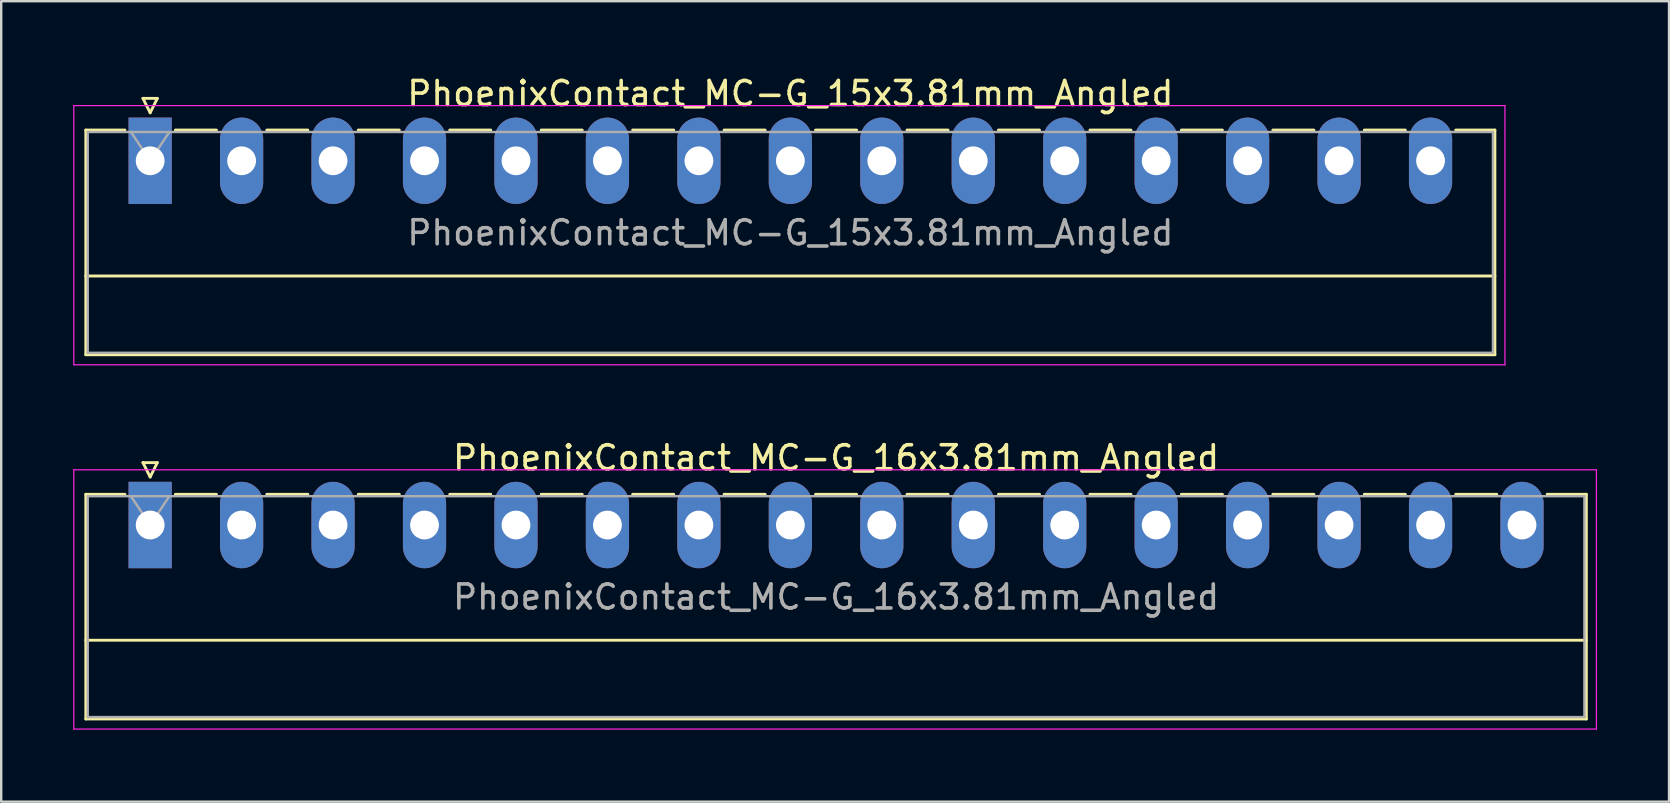
<source format=kicad_pcb>
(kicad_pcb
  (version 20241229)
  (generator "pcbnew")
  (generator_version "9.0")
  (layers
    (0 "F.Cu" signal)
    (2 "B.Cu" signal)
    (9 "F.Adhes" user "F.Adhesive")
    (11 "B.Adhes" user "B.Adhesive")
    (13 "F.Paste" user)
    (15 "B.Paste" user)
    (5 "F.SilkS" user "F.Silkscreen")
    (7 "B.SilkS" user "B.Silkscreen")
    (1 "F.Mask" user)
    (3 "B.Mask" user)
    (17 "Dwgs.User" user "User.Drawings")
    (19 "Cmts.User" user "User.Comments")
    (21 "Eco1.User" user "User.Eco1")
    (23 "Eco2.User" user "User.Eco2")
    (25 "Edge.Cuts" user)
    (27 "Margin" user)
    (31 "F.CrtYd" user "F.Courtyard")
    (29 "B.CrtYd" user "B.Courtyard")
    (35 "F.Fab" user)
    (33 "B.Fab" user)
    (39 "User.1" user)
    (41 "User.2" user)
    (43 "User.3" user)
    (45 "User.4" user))
  (footprint "PhoenixContact_MC-G_16x3.81mm_Angled"
    (layer "F.Cu")
    (at 3.205 18.822)
    (property "Reference" "PhoenixContact_MC-G_16x3.81mm_Angled" (at 28.575 -2.8 0) (layer "F.SilkS") (effects (font (size 1 1) (thickness 0.15))))
    (attr through_hole)
    (fp_line (start -2.68 -1.28) (end -2.68 8.08) (stroke (width 0.12) (type solid)) (layer "F.SilkS"))
    (fp_line (start -2.68 -1.28) (end -1.05 -1.28) (stroke (width 0.12) (type solid)) (layer "F.SilkS"))
    (fp_line (start -2.68 4.8) (end 59.83 4.8) (stroke (width 0.12) (type solid)) (layer "F.SilkS"))
    (fp_line (start -2.68 8.08) (end 59.83 8.08) (stroke (width 0.12) (type solid)) (layer "F.SilkS"))
    (fp_line (start -0.3 -2.6) (end 0.3 -2.6) (stroke (width 0.12) (type solid)) (layer "F.SilkS"))
    (fp_line (start 0 -2) (end -0.3 -2.6) (stroke (width 0.12) (type solid)) (layer "F.SilkS"))
    (fp_line (start 0.3 -2.6) (end 0 -2) (stroke (width 0.12) (type solid)) (layer "F.SilkS"))
    (fp_line (start 1.05 -1.28) (end 2.76 -1.28) (stroke (width 0.12) (type solid)) (layer "F.SilkS"))
    (fp_line (start 4.86 -1.28) (end 6.57 -1.28) (stroke (width 0.12) (type solid)) (layer "F.SilkS"))
    (fp_line (start 8.67 -1.28) (end 10.38 -1.28) (stroke (width 0.12) (type solid)) (layer "F.SilkS"))
    (fp_line (start 12.48 -1.28) (end 14.19 -1.28) (stroke (width 0.12) (type solid)) (layer "F.SilkS"))
    (fp_line (start 16.29 -1.28) (end 18 -1.28) (stroke (width 0.12) (type solid)) (layer "F.SilkS"))
    (fp_line (start 20.1 -1.28) (end 21.81 -1.28) (stroke (width 0.12) (type solid)) (layer "F.SilkS"))
    (fp_line (start 23.91 -1.28) (end 25.62 -1.28) (stroke (width 0.12) (type solid)) (layer "F.SilkS"))
    (fp_line (start 27.72 -1.28) (end 29.43 -1.28) (stroke (width 0.12) (type solid)) (layer "F.SilkS"))
    (fp_line (start 31.53 -1.28) (end 33.24 -1.28) (stroke (width 0.12) (type solid)) (layer "F.SilkS"))
    (fp_line (start 35.34 -1.28) (end 37.05 -1.28) (stroke (width 0.12) (type solid)) (layer "F.SilkS"))
    (fp_line (start 39.15 -1.28) (end 40.86 -1.28) (stroke (width 0.12) (type solid)) (layer "F.SilkS"))
    (fp_line (start 42.96 -1.28) (end 44.67 -1.28) (stroke (width 0.12) (type solid)) (layer "F.SilkS"))
    (fp_line (start 46.77 -1.28) (end 48.48 -1.28) (stroke (width 0.12) (type solid)) (layer "F.SilkS"))
    (fp_line (start 50.58 -1.28) (end 52.29 -1.28) (stroke (width 0.12) (type solid)) (layer "F.SilkS"))
    (fp_line (start 54.39 -1.28) (end 56.1 -1.28) (stroke (width 0.12) (type solid)) (layer "F.SilkS"))
    (fp_line (start 59.83 -1.28) (end 58.2 -1.28) (stroke (width 0.12) (type solid)) (layer "F.SilkS"))
    (fp_line (start 59.83 8.08) (end 59.83 -1.28) (stroke (width 0.12) (type solid)) (layer "F.SilkS"))
    (fp_line (start -3.18 -2.3) (end -3.18 8.5) (stroke (width 0.05) (type solid)) (layer "F.CrtYd"))
    (fp_line (start -3.18 8.5) (end 60.25 8.5) (stroke (width 0.05) (type solid)) (layer "F.CrtYd"))
    (fp_line (start 60.25 -2.3) (end -3.18 -2.3) (stroke (width 0.05) (type solid)) (layer "F.CrtYd"))
    (fp_line (start 60.25 8.5) (end 60.25 -2.3) (stroke (width 0.05) (type solid)) (layer "F.CrtYd"))
    (fp_line (start -2.6 -1.2) (end -2.6 8) (stroke (width 0.1) (type solid)) (layer "F.Fab"))
    (fp_line (start -2.6 8) (end 59.75 8) (stroke (width 0.1) (type solid)) (layer "F.Fab"))
    (fp_line (start 0 0) (end -0.8 -1.2) (stroke (width 0.1) (type solid)) (layer "F.Fab"))
    (fp_line (start 0.8 -1.2) (end 0 0) (stroke (width 0.1) (type solid)) (layer "F.Fab"))
    (fp_line (start 59.75 -1.2) (end -2.6 -1.2) (stroke (width 0.1) (type solid)) (layer "F.Fab"))
    (fp_line (start 59.75 8) (end 59.75 -1.2) (stroke (width 0.1) (type solid)) (layer "F.Fab"))
    (fp_text user "${REFERENCE}" (at 28.575 3 0) (layer "F.Fab") (effects (font (size 1 1) (thickness 0.15))))
    (pad "1" thru_hole rect (at 0 0) (size 1.8 3.6) (drill 1.2) (layers "*.Cu" "*.Mask"))
    (pad "2" thru_hole oval (at 3.81 0) (size 1.8 3.6) (drill 1.2) (layers "*.Cu" "*.Mask"))
    (pad "3" thru_hole oval (at 7.62 0) (size 1.8 3.6) (drill 1.2) (layers "*.Cu" "*.Mask"))
    (pad "4" thru_hole oval (at 11.43 0) (size 1.8 3.6) (drill 1.2) (layers "*.Cu" "*.Mask"))
    (pad "5" thru_hole oval (at 15.24 0) (size 1.8 3.6) (drill 1.2) (layers "*.Cu" "*.Mask"))
    (pad "6" thru_hole oval (at 19.05 0) (size 1.8 3.6) (drill 1.2) (layers "*.Cu" "*.Mask"))
    (pad "7" thru_hole oval (at 22.86 0) (size 1.8 3.6) (drill 1.2) (layers "*.Cu" "*.Mask"))
    (pad "8" thru_hole oval (at 26.67 0) (size 1.8 3.6) (drill 1.2) (layers "*.Cu" "*.Mask"))
    (pad "9" thru_hole oval (at 30.48 0) (size 1.8 3.6) (drill 1.2) (layers "*.Cu" "*.Mask"))
    (pad "10" thru_hole oval (at 34.29 0) (size 1.8 3.6) (drill 1.2) (layers "*.Cu" "*.Mask"))
    (pad "11" thru_hole oval (at 38.1 0) (size 1.8 3.6) (drill 1.2) (layers "*.Cu" "*.Mask"))
    (pad "12" thru_hole oval (at 41.91 0) (size 1.8 3.6) (drill 1.2) (layers "*.Cu" "*.Mask"))
    (pad "13" thru_hole oval (at 45.72 0) (size 1.8 3.6) (drill 1.2) (layers "*.Cu" "*.Mask"))
    (pad "14" thru_hole oval (at 49.53 0) (size 1.8 3.6) (drill 1.2) (layers "*.Cu" "*.Mask"))
    (pad "15" thru_hole oval (at 53.34 0) (size 1.8 3.6) (drill 1.2) (layers "*.Cu" "*.Mask"))
    (pad "16" thru_hole oval (at 57.15 0) (size 1.8 3.6) (drill 1.2) (layers "*.Cu" "*.Mask")))
  (footprint "PhoenixContact_MC-G_15x3.81mm_Angled"
    (layer "F.Cu")
    (at 3.205 3.648)
    (property "Reference" "PhoenixContact_MC-G_15x3.81mm_Angled" (at 26.67 -2.8 0) (layer "F.SilkS") (effects (font (size 1 1) (thickness 0.15))))
    (attr through_hole)
    (fp_line (start -2.68 -1.28) (end -2.68 8.08) (stroke (width 0.12) (type solid)) (layer "F.SilkS"))
    (fp_line (start -2.68 -1.28) (end -1.05 -1.28) (stroke (width 0.12) (type solid)) (layer "F.SilkS"))
    (fp_line (start -2.68 4.8) (end 56.02 4.8) (stroke (width 0.12) (type solid)) (layer "F.SilkS"))
    (fp_line (start -2.68 8.08) (end 56.02 8.08) (stroke (width 0.12) (type solid)) (layer "F.SilkS"))
    (fp_line (start -0.3 -2.6) (end 0.3 -2.6) (stroke (width 0.12) (type solid)) (layer "F.SilkS"))
    (fp_line (start 0 -2) (end -0.3 -2.6) (stroke (width 0.12) (type solid)) (layer "F.SilkS"))
    (fp_line (start 0.3 -2.6) (end 0 -2) (stroke (width 0.12) (type solid)) (layer "F.SilkS"))
    (fp_line (start 1.05 -1.28) (end 2.76 -1.28) (stroke (width 0.12) (type solid)) (layer "F.SilkS"))
    (fp_line (start 4.86 -1.28) (end 6.57 -1.28) (stroke (width 0.12) (type solid)) (layer "F.SilkS"))
    (fp_line (start 8.67 -1.28) (end 10.38 -1.28) (stroke (width 0.12) (type solid)) (layer "F.SilkS"))
    (fp_line (start 12.48 -1.28) (end 14.19 -1.28) (stroke (width 0.12) (type solid)) (layer "F.SilkS"))
    (fp_line (start 16.29 -1.28) (end 18 -1.28) (stroke (width 0.12) (type solid)) (layer "F.SilkS"))
    (fp_line (start 20.1 -1.28) (end 21.81 -1.28) (stroke (width 0.12) (type solid)) (layer "F.SilkS"))
    (fp_line (start 23.91 -1.28) (end 25.62 -1.28) (stroke (width 0.12) (type solid)) (layer "F.SilkS"))
    (fp_line (start 27.72 -1.28) (end 29.43 -1.28) (stroke (width 0.12) (type solid)) (layer "F.SilkS"))
    (fp_line (start 31.53 -1.28) (end 33.24 -1.28) (stroke (width 0.12) (type solid)) (layer "F.SilkS"))
    (fp_line (start 35.34 -1.28) (end 37.05 -1.28) (stroke (width 0.12) (type solid)) (layer "F.SilkS"))
    (fp_line (start 39.15 -1.28) (end 40.86 -1.28) (stroke (width 0.12) (type solid)) (layer "F.SilkS"))
    (fp_line (start 42.96 -1.28) (end 44.67 -1.28) (stroke (width 0.12) (type solid)) (layer "F.SilkS"))
    (fp_line (start 46.77 -1.28) (end 48.48 -1.28) (stroke (width 0.12) (type solid)) (layer "F.SilkS"))
    (fp_line (start 50.58 -1.28) (end 52.29 -1.28) (stroke (width 0.12) (type solid)) (layer "F.SilkS"))
    (fp_line (start 56.02 -1.28) (end 54.39 -1.28) (stroke (width 0.12) (type solid)) (layer "F.SilkS"))
    (fp_line (start 56.02 8.08) (end 56.02 -1.28) (stroke (width 0.12) (type solid)) (layer "F.SilkS"))
    (fp_line (start -3.18 -2.3) (end -3.18 8.5) (stroke (width 0.05) (type solid)) (layer "F.CrtYd"))
    (fp_line (start -3.18 8.5) (end 56.44 8.5) (stroke (width 0.05) (type solid)) (layer "F.CrtYd"))
    (fp_line (start 56.44 -2.3) (end -3.18 -2.3) (stroke (width 0.05) (type solid)) (layer "F.CrtYd"))
    (fp_line (start 56.44 8.5) (end 56.44 -2.3) (stroke (width 0.05) (type solid)) (layer "F.CrtYd"))
    (fp_line (start -2.6 -1.2) (end -2.6 8) (stroke (width 0.1) (type solid)) (layer "F.Fab"))
    (fp_line (start -2.6 8) (end 55.94 8) (stroke (width 0.1) (type solid)) (layer "F.Fab"))
    (fp_line (start 0 0) (end -0.8 -1.2) (stroke (width 0.1) (type solid)) (layer "F.Fab"))
    (fp_line (start 0.8 -1.2) (end 0 0) (stroke (width 0.1) (type solid)) (layer "F.Fab"))
    (fp_line (start 55.94 -1.2) (end -2.6 -1.2) (stroke (width 0.1) (type solid)) (layer "F.Fab"))
    (fp_line (start 55.94 8) (end 55.94 -1.2) (stroke (width 0.1) (type solid)) (layer "F.Fab"))
    (fp_text user "${REFERENCE}" (at 26.67 3 0) (layer "F.Fab") (effects (font (size 1 1) (thickness 0.15))))
    (pad "1" thru_hole rect (at 0 0) (size 1.8 3.6) (drill 1.2) (layers "*.Cu" "*.Mask"))
    (pad "2" thru_hole oval (at 3.81 0) (size 1.8 3.6) (drill 1.2) (layers "*.Cu" "*.Mask"))
    (pad "3" thru_hole oval (at 7.62 0) (size 1.8 3.6) (drill 1.2) (layers "*.Cu" "*.Mask"))
    (pad "4" thru_hole oval (at 11.43 0) (size 1.8 3.6) (drill 1.2) (layers "*.Cu" "*.Mask"))
    (pad "5" thru_hole oval (at 15.24 0) (size 1.8 3.6) (drill 1.2) (layers "*.Cu" "*.Mask"))
    (pad "6" thru_hole oval (at 19.05 0) (size 1.8 3.6) (drill 1.2) (layers "*.Cu" "*.Mask"))
    (pad "7" thru_hole oval (at 22.86 0) (size 1.8 3.6) (drill 1.2) (layers "*.Cu" "*.Mask"))
    (pad "8" thru_hole oval (at 26.67 0) (size 1.8 3.6) (drill 1.2) (layers "*.Cu" "*.Mask"))
    (pad "9" thru_hole oval (at 30.48 0) (size 1.8 3.6) (drill 1.2) (layers "*.Cu" "*.Mask"))
    (pad "10" thru_hole oval (at 34.29 0) (size 1.8 3.6) (drill 1.2) (layers "*.Cu" "*.Mask"))
    (pad "11" thru_hole oval (at 38.1 0) (size 1.8 3.6) (drill 1.2) (layers "*.Cu" "*.Mask"))
    (pad "12" thru_hole oval (at 41.91 0) (size 1.8 3.6) (drill 1.2) (layers "*.Cu" "*.Mask"))
    (pad "13" thru_hole oval (at 45.72 0) (size 1.8 3.6) (drill 1.2) (layers "*.Cu" "*.Mask"))
    (pad "14" thru_hole oval (at 49.53 0) (size 1.8 3.6) (drill 1.2) (layers "*.Cu" "*.Mask"))
    (pad "15" thru_hole oval (at 53.34 0) (size 1.8 3.6) (drill 1.2) (layers "*.Cu" "*.Mask")))
  (gr_rect
    (start -3 -3)
    (end 66.48 30.346)
    (stroke (width 0.1) (type default))
    (fill no)
    (layer "Edge.Cuts")))
</source>
